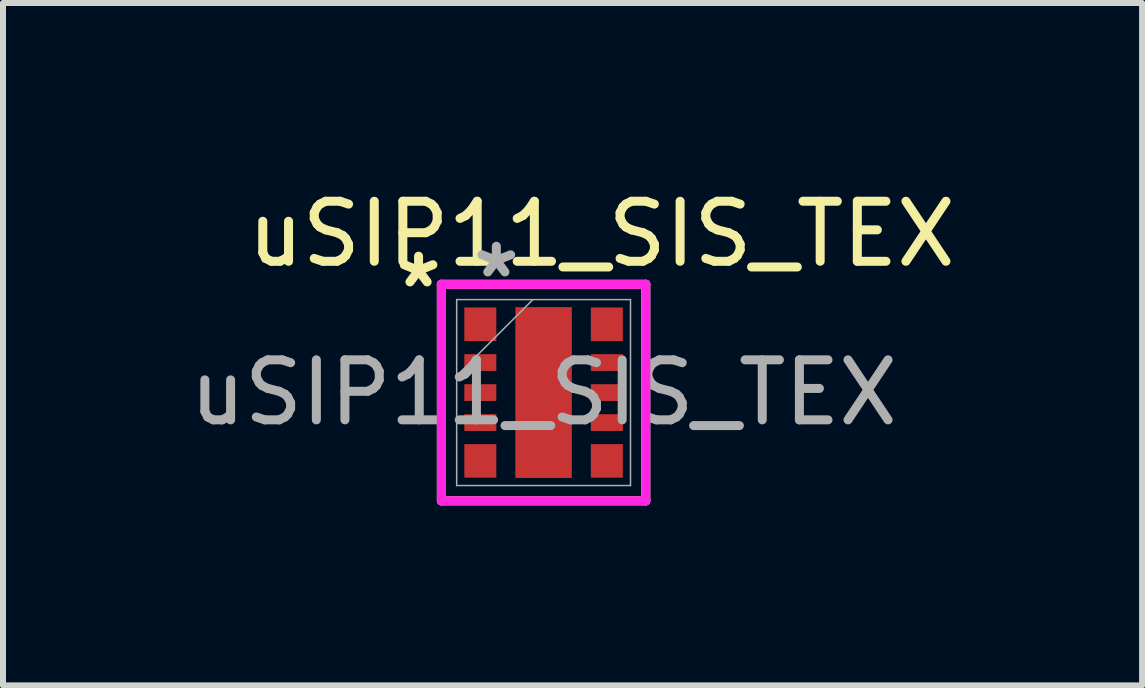
<source format=kicad_pcb>
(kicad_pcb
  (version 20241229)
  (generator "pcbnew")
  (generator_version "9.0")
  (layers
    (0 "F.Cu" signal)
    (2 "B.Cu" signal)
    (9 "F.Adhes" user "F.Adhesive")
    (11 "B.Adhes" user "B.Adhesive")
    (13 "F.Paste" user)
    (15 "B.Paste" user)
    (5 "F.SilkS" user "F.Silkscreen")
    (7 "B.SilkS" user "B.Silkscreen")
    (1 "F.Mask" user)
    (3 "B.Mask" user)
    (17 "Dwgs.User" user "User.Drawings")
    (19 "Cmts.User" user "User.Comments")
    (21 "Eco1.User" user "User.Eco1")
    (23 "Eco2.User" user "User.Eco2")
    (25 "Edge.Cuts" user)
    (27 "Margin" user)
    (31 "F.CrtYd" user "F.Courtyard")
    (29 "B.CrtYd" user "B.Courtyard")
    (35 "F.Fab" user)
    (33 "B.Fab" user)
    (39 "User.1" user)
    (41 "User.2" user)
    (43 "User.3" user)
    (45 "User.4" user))
  (footprint "uSIP11_SIS_TEX"
    (layer "F.Cu")
    (at 6.006 3.49)
    (property "Reference" "uSIP11_SIS_TEX" (at 0.965 -2.642 0) (unlocked yes) (layer "F.SilkS") (effects (font (size 1 1) (thickness 0.15))))
    (attr smd)
    (fp_line (start -1.702 -1.803) (end 1.702 -1.803) (stroke (width 0.152) (type solid)) (layer "F.SilkS"))
    (fp_line (start -1.702 1.803) (end -1.702 -1.803) (stroke (width 0.152) (type solid)) (layer "F.SilkS"))
    (fp_line (start 1.702 -1.803) (end 1.702 1.803) (stroke (width 0.152) (type solid)) (layer "F.SilkS"))
    (fp_line (start 1.702 1.803) (end -1.702 1.803) (stroke (width 0.152) (type solid)) (layer "F.SilkS"))
    (fp_poly (pts (xy -0.37 -1.322) (xy -0.37 -0.1) (xy 0.37 -0.1) (xy 0.37 -1.322)) (stroke (width 0) (type solid)) (fill yes) (layer "F.Paste"))
    (fp_poly (pts (xy -0.37 0.1) (xy -0.37 1.322) (xy 0.37 1.322) (xy 0.37 0.1)) (stroke (width 0) (type solid)) (fill yes) (layer "F.Paste"))
    (fp_line (start -1.702 -1.803) (end 1.702 -1.803) (stroke (width 0.152) (type solid)) (layer "F.CrtYd"))
    (fp_line (start -1.702 1.803) (end -1.702 -1.803) (stroke (width 0.152) (type solid)) (layer "F.CrtYd"))
    (fp_line (start 1.702 -1.803) (end 1.702 1.803) (stroke (width 0.152) (type solid)) (layer "F.CrtYd"))
    (fp_line (start 1.702 1.803) (end -1.702 1.803) (stroke (width 0.152) (type solid)) (layer "F.CrtYd"))
    (fp_line (start -1.448 -1.549) (end -1.448 1.549) (stroke (width 0.025) (type solid)) (layer "F.Fab"))
    (fp_line (start -1.448 -0.279) (end -0.178 -1.549) (stroke (width 0.025) (type solid)) (layer "F.Fab"))
    (fp_line (start -1.448 1.549) (end 1.448 1.549) (stroke (width 0.025) (type solid)) (layer "F.Fab"))
    (fp_line (start 1.448 -1.549) (end -1.448 -1.549) (stroke (width 0.025) (type solid)) (layer "F.Fab"))
    (fp_line (start 1.448 1.549) (end 1.448 -1.549) (stroke (width 0.025) (type solid)) (layer "F.Fab"))
    (fp_text user "*" (at -2.083 -1.727 0) (unlocked yes) (layer "F.SilkS") (effects (font (size 1 1) (thickness 0.15))))
    (fp_text user "*" (at -0.787 -1.893 0) (unlocked yes) (layer "F.Fab") (effects (font (size 1 1) (thickness 0.15))))
    (fp_text user "${REFERENCE}" (at 0 0 0) (unlocked yes) (layer "F.Fab") (effects (font (size 1 1) (thickness 0.15))))
    (pad "1" smd rect (at -1.054 -1.138 90) (size 0.559 0.533) (layers "F.Cu" "F.Mask" "F.Paste"))
    (pad "2" smd rect (at -1.054 -0.5 90) (size 0.279 0.533) (layers "F.Cu" "F.Mask" "F.Paste"))
    (pad "3" smd rect (at -1.054 0 90) (size 0.279 0.533) (layers "F.Cu" "F.Mask" "F.Paste"))
    (pad "4" smd rect (at -1.054 0.5 90) (size 0.279 0.533) (layers "F.Cu" "F.Mask" "F.Paste"))
    (pad "5" smd rect (at -1.054 1.138 90) (size 0.559 0.533) (layers "F.Cu" "F.Mask" "F.Paste"))
    (pad "6" smd rect (at 1.054 1.138 90) (size 0.559 0.533) (layers "F.Cu" "F.Mask" "F.Paste"))
    (pad "7" smd rect (at 1.054 0.5 90) (size 0.279 0.533) (layers "F.Cu" "F.Mask" "F.Paste"))
    (pad "8" smd rect (at 1.054 0 90) (size 0.279 0.533) (layers "F.Cu" "F.Mask" "F.Paste"))
    (pad "9" smd rect (at 1.054 -0.5 90) (size 0.279 0.533) (layers "F.Cu" "F.Mask" "F.Paste"))
    (pad "10" smd rect (at 1.054 -1.138 90) (size 0.559 0.533) (layers "F.Cu" "F.Mask" "F.Paste"))
    (pad "11" smd rect (at 0 0) (size 0.94 2.845) (layers "F.Cu" "F.Mask")))
  (gr_rect
    (start -3 -3)
    (end 15.977 8.369)
    (stroke (width 0.1) (type default))
    (fill no)
    (layer "Edge.Cuts")))
</source>
